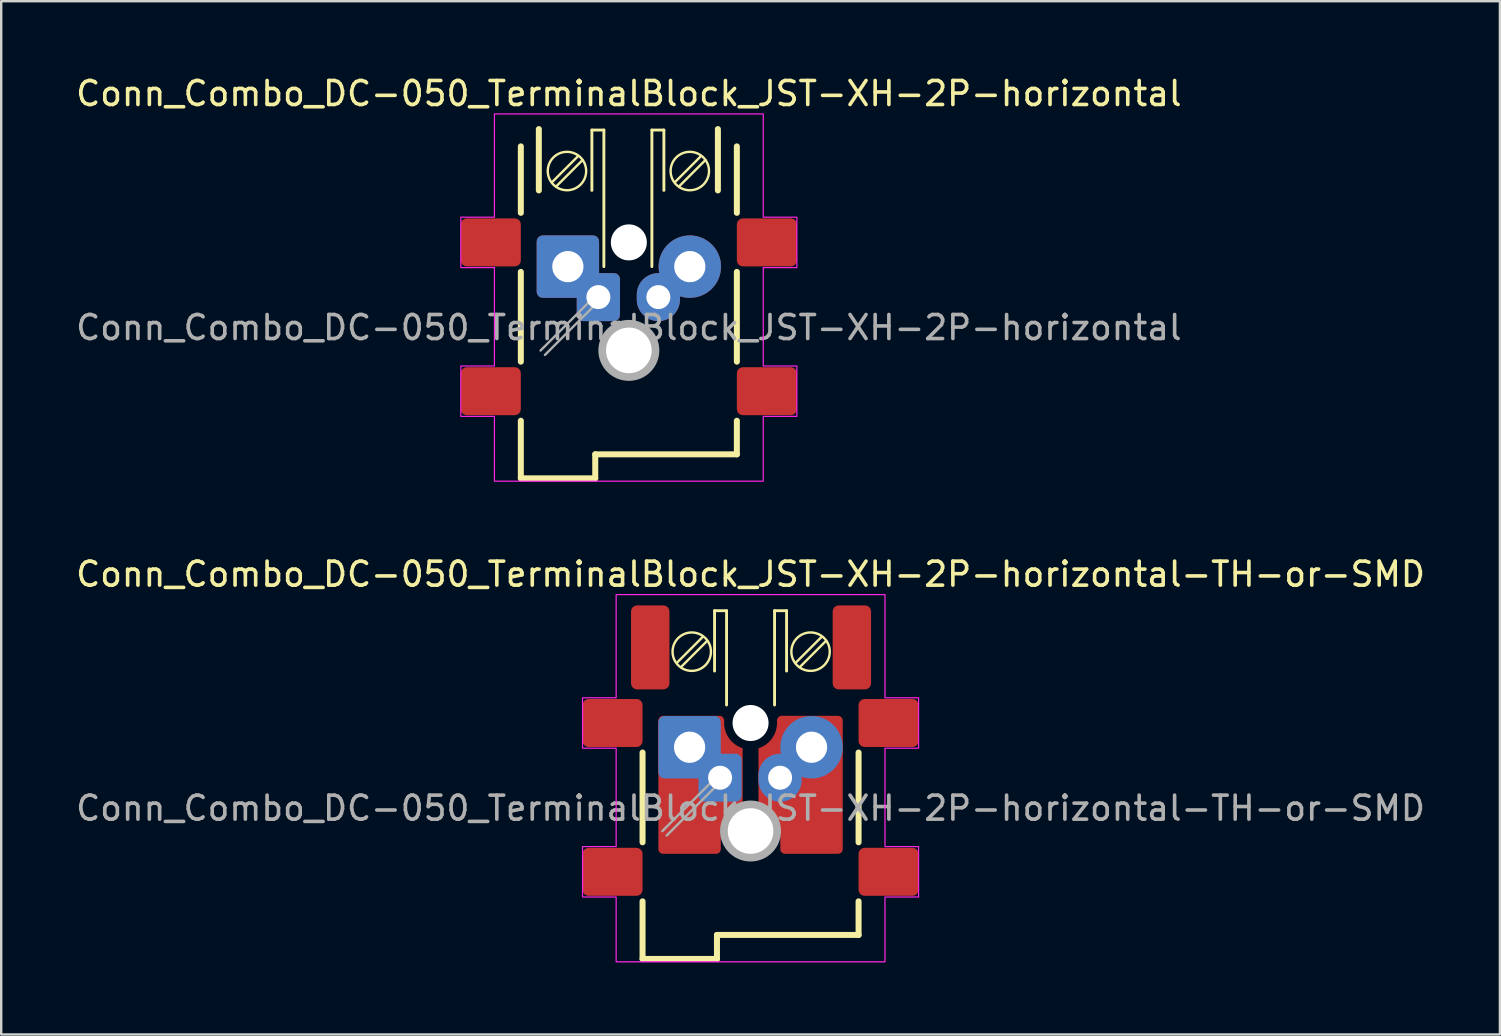
<source format=kicad_pcb>
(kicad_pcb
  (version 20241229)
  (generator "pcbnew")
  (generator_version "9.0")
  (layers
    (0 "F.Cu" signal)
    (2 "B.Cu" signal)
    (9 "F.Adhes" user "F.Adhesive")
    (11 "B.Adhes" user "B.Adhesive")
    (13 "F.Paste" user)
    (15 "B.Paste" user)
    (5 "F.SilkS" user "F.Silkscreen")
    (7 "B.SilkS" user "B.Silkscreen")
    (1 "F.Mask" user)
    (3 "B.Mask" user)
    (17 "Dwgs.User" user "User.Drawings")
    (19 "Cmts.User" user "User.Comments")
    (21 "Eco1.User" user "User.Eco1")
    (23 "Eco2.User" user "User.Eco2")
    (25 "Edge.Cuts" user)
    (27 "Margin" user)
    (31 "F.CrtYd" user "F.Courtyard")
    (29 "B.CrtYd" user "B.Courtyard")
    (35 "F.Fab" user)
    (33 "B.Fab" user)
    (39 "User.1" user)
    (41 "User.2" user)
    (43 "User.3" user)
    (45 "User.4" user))
  (footprint "Conn_Combo_DC-050_TerminalBlock_JST-XH-2P-horizontal"
    (layer "F.Cu")
    (at 23.149 10.598)
    (property "Reference" "Conn_Combo_DC-050_TerminalBlock_JST-XH-2P-horizontal" (at 0 -9.75 0) (layer "F.SilkS") (effects (font (size 1 1) (thickness 0.15))))
    (attr through_hole)
    (fp_line (start -4.5 -7.55) (end -4.5 -4.78) (stroke (width 0.25) (type solid)) (layer "F.SilkS"))
    (fp_line (start -4.5 -2.32) (end -4.5 1.42) (stroke (width 0.25) (type solid)) (layer "F.SilkS"))
    (fp_line (start -4.5 3.88) (end -4.5 6.28) (stroke (width 0.25) (type solid)) (layer "F.SilkS"))
    (fp_line (start -4.5 6.28) (end -1.4 6.28) (stroke (width 0.25) (type solid)) (layer "F.SilkS"))
    (fp_line (start -3.75 -5.715) (end -3.75 -8.27) (stroke (width 0.25) (type solid)) (layer "F.SilkS"))
    (fp_line (start -2.129 -7.129) (end -3.179 -6.079) (stroke (width 0.1) (type solid)) (layer "F.SilkS"))
    (fp_line (start -1.929 -6.979) (end -3.029 -5.879) (stroke (width 0.1) (type solid)) (layer "F.SilkS"))
    (fp_line (start -1.54 -8.23) (end -1.54 -5.715) (stroke (width 0.12) (type solid)) (layer "F.SilkS"))
    (fp_line (start -1.4 5.28) (end 4.5 5.28) (stroke (width 0.25) (type solid)) (layer "F.SilkS"))
    (fp_line (start -1.4 6.28) (end -1.4 5.28) (stroke (width 0.25) (type solid)) (layer "F.SilkS"))
    (fp_line (start -1.04 -8.23) (end -1.54 -8.23) (stroke (width 0.12) (type solid)) (layer "F.SilkS"))
    (fp_line (start -1.04 -2.54) (end -1.04 -8.23) (stroke (width 0.12) (type solid)) (layer "F.SilkS"))
    (fp_line (start 0.96 -8.23) (end 0.96 -2.54) (stroke (width 0.12) (type solid)) (layer "F.SilkS"))
    (fp_line (start 1.46 -8.23) (end 0.96 -8.23) (stroke (width 0.12) (type solid)) (layer "F.SilkS"))
    (fp_line (start 1.46 -5.715) (end 1.46 -8.23) (stroke (width 0.12) (type solid)) (layer "F.SilkS"))
    (fp_line (start 2.989 -7.129) (end 1.939 -6.079) (stroke (width 0.1) (type solid)) (layer "F.SilkS"))
    (fp_line (start 3.189 -6.979) (end 2.089 -5.879) (stroke (width 0.1) (type solid)) (layer "F.SilkS"))
    (fp_line (start 3.71 -5.715) (end 3.71 -8.27) (stroke (width 0.25) (type solid)) (layer "F.SilkS"))
    (fp_line (start 4.5 -7.55) (end 4.5 -4.78) (stroke (width 0.25) (type solid)) (layer "F.SilkS"))
    (fp_line (start 4.5 -2.32) (end 4.5 1.42) (stroke (width 0.25) (type solid)) (layer "F.SilkS"))
    (fp_line (start 4.5 5.28) (end 4.5 3.88) (stroke (width 0.25) (type solid)) (layer "F.SilkS"))
    (fp_circle (center -2.578 -6.522) (end -1.778 -6.522) (stroke (width 0.1) (type solid)) (fill no) (layer "F.SilkS"))
    (fp_circle (center 2.54 -6.522) (end 3.34 -6.522) (stroke (width 0.1) (type solid)) (fill no) (layer "F.SilkS"))
    (fp_circle (center 0 -3.55) (end 0 -3.25) (stroke (width 0.6) (type solid)) (fill no) (layer "Cmts.User"))
    (fp_circle (center 0 0.95) (end 0 1.33) (stroke (width 0.75) (type solid)) (fill no) (layer "Cmts.User"))
    (fp_poly (pts (xy -5.6 3.7) (xy -7 3.7) (xy -7 1.6) (xy -5.6 1.6) (xy -5.6 -2.5) (xy -7 -2.5) (xy -7 -4.6) (xy -5.6 -4.6) (xy -5.6 -8.9) (xy 5.6 -8.9) (xy 5.6 -4.6) (xy 7 -4.6) (xy 7 -2.5) (xy 5.6 -2.5) (xy 5.6 1.6) (xy 7 1.6) (xy 7 3.7) (xy 5.6 3.7) (xy 5.6 6.4) (xy -5.6 6.4)) (stroke (width 0.05) (type solid)) (fill no) (layer "F.CrtYd"))
    (fp_line (start -1.585 -1.138) (end -3.678 0.955) (stroke (width 0.1) (type solid)) (layer "F.Fab"))
    (fp_line (start -1.402 -0.955) (end -3.495 1.138) (stroke (width 0.1) (type solid)) (layer "F.Fab"))
    (fp_circle (center 0 -3.55) (end 0 -3.22) (stroke (width 0.65) (type solid)) (fill no) (layer "F.Fab"))
    (fp_circle (center 0 0.95) (end 0 1.37) (stroke (width 0.85) (type solid)) (fill no) (layer "F.Fab"))
    (fp_text user "${REFERENCE}" (at 0 0 0) (layer "F.Fab") (effects (font (size 1 1) (thickness 0.15))))
    (pad "" np_thru_hole circle (at 0 -3.55 270) (size 1.5 1.5) (drill 1.5) (layers "*.Cu" "*.Mask"))
    (pad "" np_thru_hole circle (at 0 0.95 270) (size 1.9 1.9) (drill 1.9) (layers "*.Cu" "*.Mask"))
    (pad "1" thru_hole oval (at 1.23 -1.27 180) (size 1.8 2) (drill 1) (layers "*.Cu" "*.Mask"))
    (pad "1" thru_hole circle (at 2.54 -2.54) (size 2.6 2.6) (drill 1.3) (layers "*.Cu" "*.Mask"))
    (pad "1" smd roundrect (at 5.75 -3.55 270) (size 2 2.5) (layers "F.Cu" "F.Mask" "F.Paste") (roundrect_rratio 0.125))
    (pad "1" smd roundrect (at 5.75 2.65 270) (size 2 2.5) (layers "F.Cu" "F.Mask" "F.Paste") (roundrect_rratio 0.125))
    (pad "2" smd roundrect (at -5.75 -3.55 270) (size 2 2.5) (layers "F.Cu" "F.Mask" "F.Paste") (roundrect_rratio 0.125))
    (pad "2" thru_hole roundrect (at -2.54 -2.54) (size 2.6 2.6) (drill 1.3) (layers "*.Cu" "*.Mask") (roundrect_rratio 0.096))
    (pad "2" thru_hole roundrect (at -1.27 -1.27 180) (size 1.8 2) (drill 1) (layers "*.Cu" "*.Mask") (roundrect_rratio 0.139))
    (pad "3" smd roundrect (at -5.75 2.65 270) (size 2 2.5) (layers "F.Cu" "F.Mask" "F.Paste") (roundrect_rratio 0.125)))
  (footprint "Conn_Combo_DC-050_TerminalBlock_JST-XH-2P-horizontal-TH-or-SMD"
    (layer "F.Cu")
    (at 28.22 30.622)
    (property "Reference" "Conn_Combo_DC-050_TerminalBlock_JST-XH-2P-horizontal-TH-or-SMD" (at 0 -9.75 0) (layer "F.SilkS") (effects (font (size 1 1) (thickness 0.15))))
    (attr through_hole)
    (fp_line (start -4.5 -2.32) (end -4.5 1.42) (stroke (width 0.25) (type solid)) (layer "F.SilkS"))
    (fp_line (start -4.5 3.88) (end -4.5 6.28) (stroke (width 0.25) (type solid)) (layer "F.SilkS"))
    (fp_line (start -4.5 6.28) (end -1.4 6.28) (stroke (width 0.25) (type solid)) (layer "F.SilkS"))
    (fp_line (start -2.001 -7.129) (end -3.051 -6.079) (stroke (width 0.1) (type solid)) (layer "F.SilkS"))
    (fp_line (start -1.801 -6.979) (end -2.901 -5.879) (stroke (width 0.1) (type solid)) (layer "F.SilkS"))
    (fp_line (start -1.5 -8.23) (end -1.5 -5.715) (stroke (width 0.12) (type solid)) (layer "F.SilkS"))
    (fp_line (start -1.4 5.28) (end 4.5 5.28) (stroke (width 0.25) (type solid)) (layer "F.SilkS"))
    (fp_line (start -1.4 6.28) (end -1.4 5.28) (stroke (width 0.25) (type solid)) (layer "F.SilkS"))
    (fp_line (start -1 -8.23) (end -1.5 -8.23) (stroke (width 0.12) (type solid)) (layer "F.SilkS"))
    (fp_line (start -1 -4.3) (end -1 -8.23) (stroke (width 0.12) (type solid)) (layer "F.SilkS"))
    (fp_line (start 1 -8.23) (end 1 -4.3) (stroke (width 0.12) (type solid)) (layer "F.SilkS"))
    (fp_line (start 1.5 -8.23) (end 1 -8.23) (stroke (width 0.12) (type solid)) (layer "F.SilkS"))
    (fp_line (start 1.5 -5.715) (end 1.5 -8.23) (stroke (width 0.12) (type solid)) (layer "F.SilkS"))
    (fp_line (start 2.949 -7.129) (end 1.899 -6.079) (stroke (width 0.1) (type solid)) (layer "F.SilkS"))
    (fp_line (start 3.149 -6.979) (end 2.049 -5.879) (stroke (width 0.1) (type solid)) (layer "F.SilkS"))
    (fp_line (start 4.5 -2.32) (end 4.5 1.42) (stroke (width 0.25) (type solid)) (layer "F.SilkS"))
    (fp_line (start 4.5 5.28) (end 4.5 3.88) (stroke (width 0.25) (type solid)) (layer "F.SilkS"))
    (fp_circle (center -2.45 -6.522) (end -1.65 -6.522) (stroke (width 0.1) (type solid)) (fill no) (layer "F.SilkS"))
    (fp_circle (center 2.5 -6.522) (end 3.3 -6.522) (stroke (width 0.1) (type solid)) (fill no) (layer "F.SilkS"))
    (fp_circle (center 0 -3.55) (end 0 -3.25) (stroke (width 0.6) (type solid)) (fill no) (layer "Cmts.User"))
    (fp_circle (center 0 0.95) (end 0 1.33) (stroke (width 0.75) (type solid)) (fill no) (layer "Cmts.User"))
    (fp_poly (pts (xy -5.6 3.7) (xy -7 3.7) (xy -7 1.6) (xy -5.6 1.6) (xy -5.6 -2.5) (xy -7 -2.5) (xy -7 -4.6) (xy -5.6 -4.6) (xy -5.6 -8.9) (xy 5.6 -8.9) (xy 5.6 -4.6) (xy 7 -4.6) (xy 7 -2.5) (xy 5.6 -2.5) (xy 5.6 1.6) (xy 7 1.6) (xy 7 3.7) (xy 5.6 3.7) (xy 5.6 6.4) (xy -5.6 6.4)) (stroke (width 0.05) (type solid)) (fill no) (layer "F.CrtYd"))
    (fp_line (start -1.585 -1.138) (end -3.678 0.955) (stroke (width 0.1) (type solid)) (layer "F.Fab"))
    (fp_line (start -1.402 -0.955) (end -3.495 1.138) (stroke (width 0.1) (type solid)) (layer "F.Fab"))
    (fp_circle (center 0 -3.55) (end 0 -3.22) (stroke (width 0.65) (type solid)) (fill no) (layer "F.Fab"))
    (fp_circle (center 0 0.95) (end 0 1.37) (stroke (width 0.85) (type solid)) (fill no) (layer "F.Fab"))
    (fp_text user "${REFERENCE}" (at 0 0 0) (layer "F.Fab") (effects (font (size 1 1) (thickness 0.15))))
    (pad "" np_thru_hole circle (at 0 -3.55 270) (size 1.5 1.5) (drill 1.5) (layers "*.Cu" "*.Mask"))
    (pad "" np_thru_hole circle (at 0 0.95 270) (size 1.9 1.9) (drill 1.9) (layers "*.Cu" "*.Mask"))
    (pad "1" smd custom (at 1.23 -1.27) (size 1.4 2) (layers "F.Cu" "F.Mask" "F.Paste") (options (anchor rect)) (primitives (gr_poly (pts (xy -0.134 -2.164) (xy -0.131 -2.197) (xy -0.129 -2.278) (xy -0.129 -2.282) (arc (start -0.129364 -2.38) (mid -0.070786 -2.521423) (end 0.070636 -2.58)) (arc (start 2.41 -2.58) (mid 2.551421 -2.521421) (end 2.61 -2.38)) (arc (start 2.61 2.97) (mid 2.551421 3.111421) (end 2.41 3.17)) (arc (start 0.21 3.17) (mid 0.068579 3.111421) (end 0.01 2.97)) (xy 0.01 2.222) (xy 0.01 2.218) (xy 0.008 2.134) (xy 0.006 2.105) (xy -0.022 1.936) (xy -0.03 1.904) (xy -0.084 1.744) (xy -0.097 1.714) (xy -0.176 1.565) (xy -0.194 1.537) (xy -0.296 1.403) (xy -0.318 1.378) (xy -0.441 1.262) (xy -0.466 1.242) (xy -0.606 1.147) (xy -0.635 1.131) (xy -0.79 1.059) (xy -0.817 1.049) (xy -0.9 1.025) (xy -0.9 -1.23) (xy -0.821 -1.257) (xy -0.791 -1.269) (xy -0.645 -1.346) (xy -0.615 -1.366) (xy -0.487 -1.467) (xy -0.461 -1.491) (xy -0.353 -1.614) (xy -0.331 -1.643) (xy -0.247 -1.782) (xy -0.231 -1.815) (xy -0.174 -1.967) (xy -0.164 -2.002)) (width 0) (fill yes))))
    (pad "1" thru_hole oval (at 1.23 -1.27 180) (size 1.8 2) (drill 1) (layers "*.Cu" "*.Mask"))
    (pad "1" thru_hole circle (at 2.54 -2.54) (size 2.6 2.6) (drill 1.3) (layers "*.Cu" "*.Mask"))
    (pad "1" smd roundrect (at 5.75 -3.55 270) (size 2 2.5) (layers "F.Cu" "F.Mask" "F.Paste") (roundrect_rratio 0.125))
    (pad "1" smd roundrect (at 5.75 2.65 270) (size 2 2.5) (layers "F.Cu" "F.Mask" "F.Paste") (roundrect_rratio 0.125))
    (pad "2" smd roundrect (at -5.75 -3.55 270) (size 2 2.5) (layers "F.Cu" "F.Mask" "F.Paste") (roundrect_rratio 0.125))
    (pad "2" thru_hole roundrect (at -2.54 -2.54) (size 2.6 2.6) (drill 1.3) (layers "*.Cu" "*.Mask") (roundrect_rratio 0.096))
    (pad "2" thru_hole roundrect (at -1.27 -1.27 180) (size 1.8 2) (drill 1) (layers "*.Cu" "*.Mask") (roundrect_rratio 0.139))
    (pad "2" smd custom (at -1.24 -1.24) (size 1.4 2) (layers "F.Cu" "F.Mask" "F.Paste") (options (anchor rect)) (primitives (gr_poly (pts (xy 0.144 -2.194) (xy 0.141 -2.227) (xy 0.139 -2.308) (xy 0.139 -2.312) (arc (start 0.139364 -2.41) (mid 0.080786 -2.551423) (end -0.060636 -2.61)) (arc (start -2.4 -2.61) (mid -2.541421 -2.551421) (end -2.6 -2.41)) (arc (start -2.6 2.94) (mid -2.541421 3.081421) (end -2.4 3.14)) (arc (start -0.2 3.14) (mid -0.058579 3.081421) (end 0 2.94)) (xy 0 2.192) (xy 0.000032 2.188) (xy 0.002 2.104) (xy 0.004 2.075) (xy 0.032 1.906) (xy 0.04 1.874) (xy 0.094 1.714) (xy 0.107 1.684) (xy 0.186 1.535) (xy 0.204 1.507) (xy 0.306 1.373) (xy 0.328 1.348) (xy 0.451 1.232) (xy 0.476 1.212) (xy 0.616 1.117) (xy 0.645 1.101) (xy 0.8 1.029) (xy 0.827 1.019) (xy 0.91 0.995) (xy 0.91 -1.26) (xy 0.831 -1.287) (xy 0.801 -1.299) (xy 0.655 -1.376) (xy 0.625 -1.396) (xy 0.497 -1.497) (xy 0.471 -1.521) (xy 0.363 -1.644) (xy 0.341 -1.673) (xy 0.257 -1.812) (xy 0.241 -1.845) (xy 0.184 -1.997) (xy 0.174 -2.032)) (width 0) (fill yes))))
    (pad "3" smd roundrect (at -5.75 2.65 270) (size 2 2.5) (layers "F.Cu" "F.Mask" "F.Paste") (roundrect_rratio 0.125))
    (pad "4" smd roundrect (at -4.18 -6.7) (size 1.6 3.5) (layers "F.Cu" "F.Mask" "F.Paste") (roundrect_rratio 0.156))
    (pad "5" smd roundrect (at 4.22 -6.7) (size 1.6 3.5) (layers "F.Cu" "F.Mask" "F.Paste") (roundrect_rratio 0.156)))
  (gr_rect
    (start -3 -3)
    (end 59.44 40.047)
    (stroke (width 0.1) (type default))
    (fill no)
    (layer "Edge.Cuts")))
</source>
